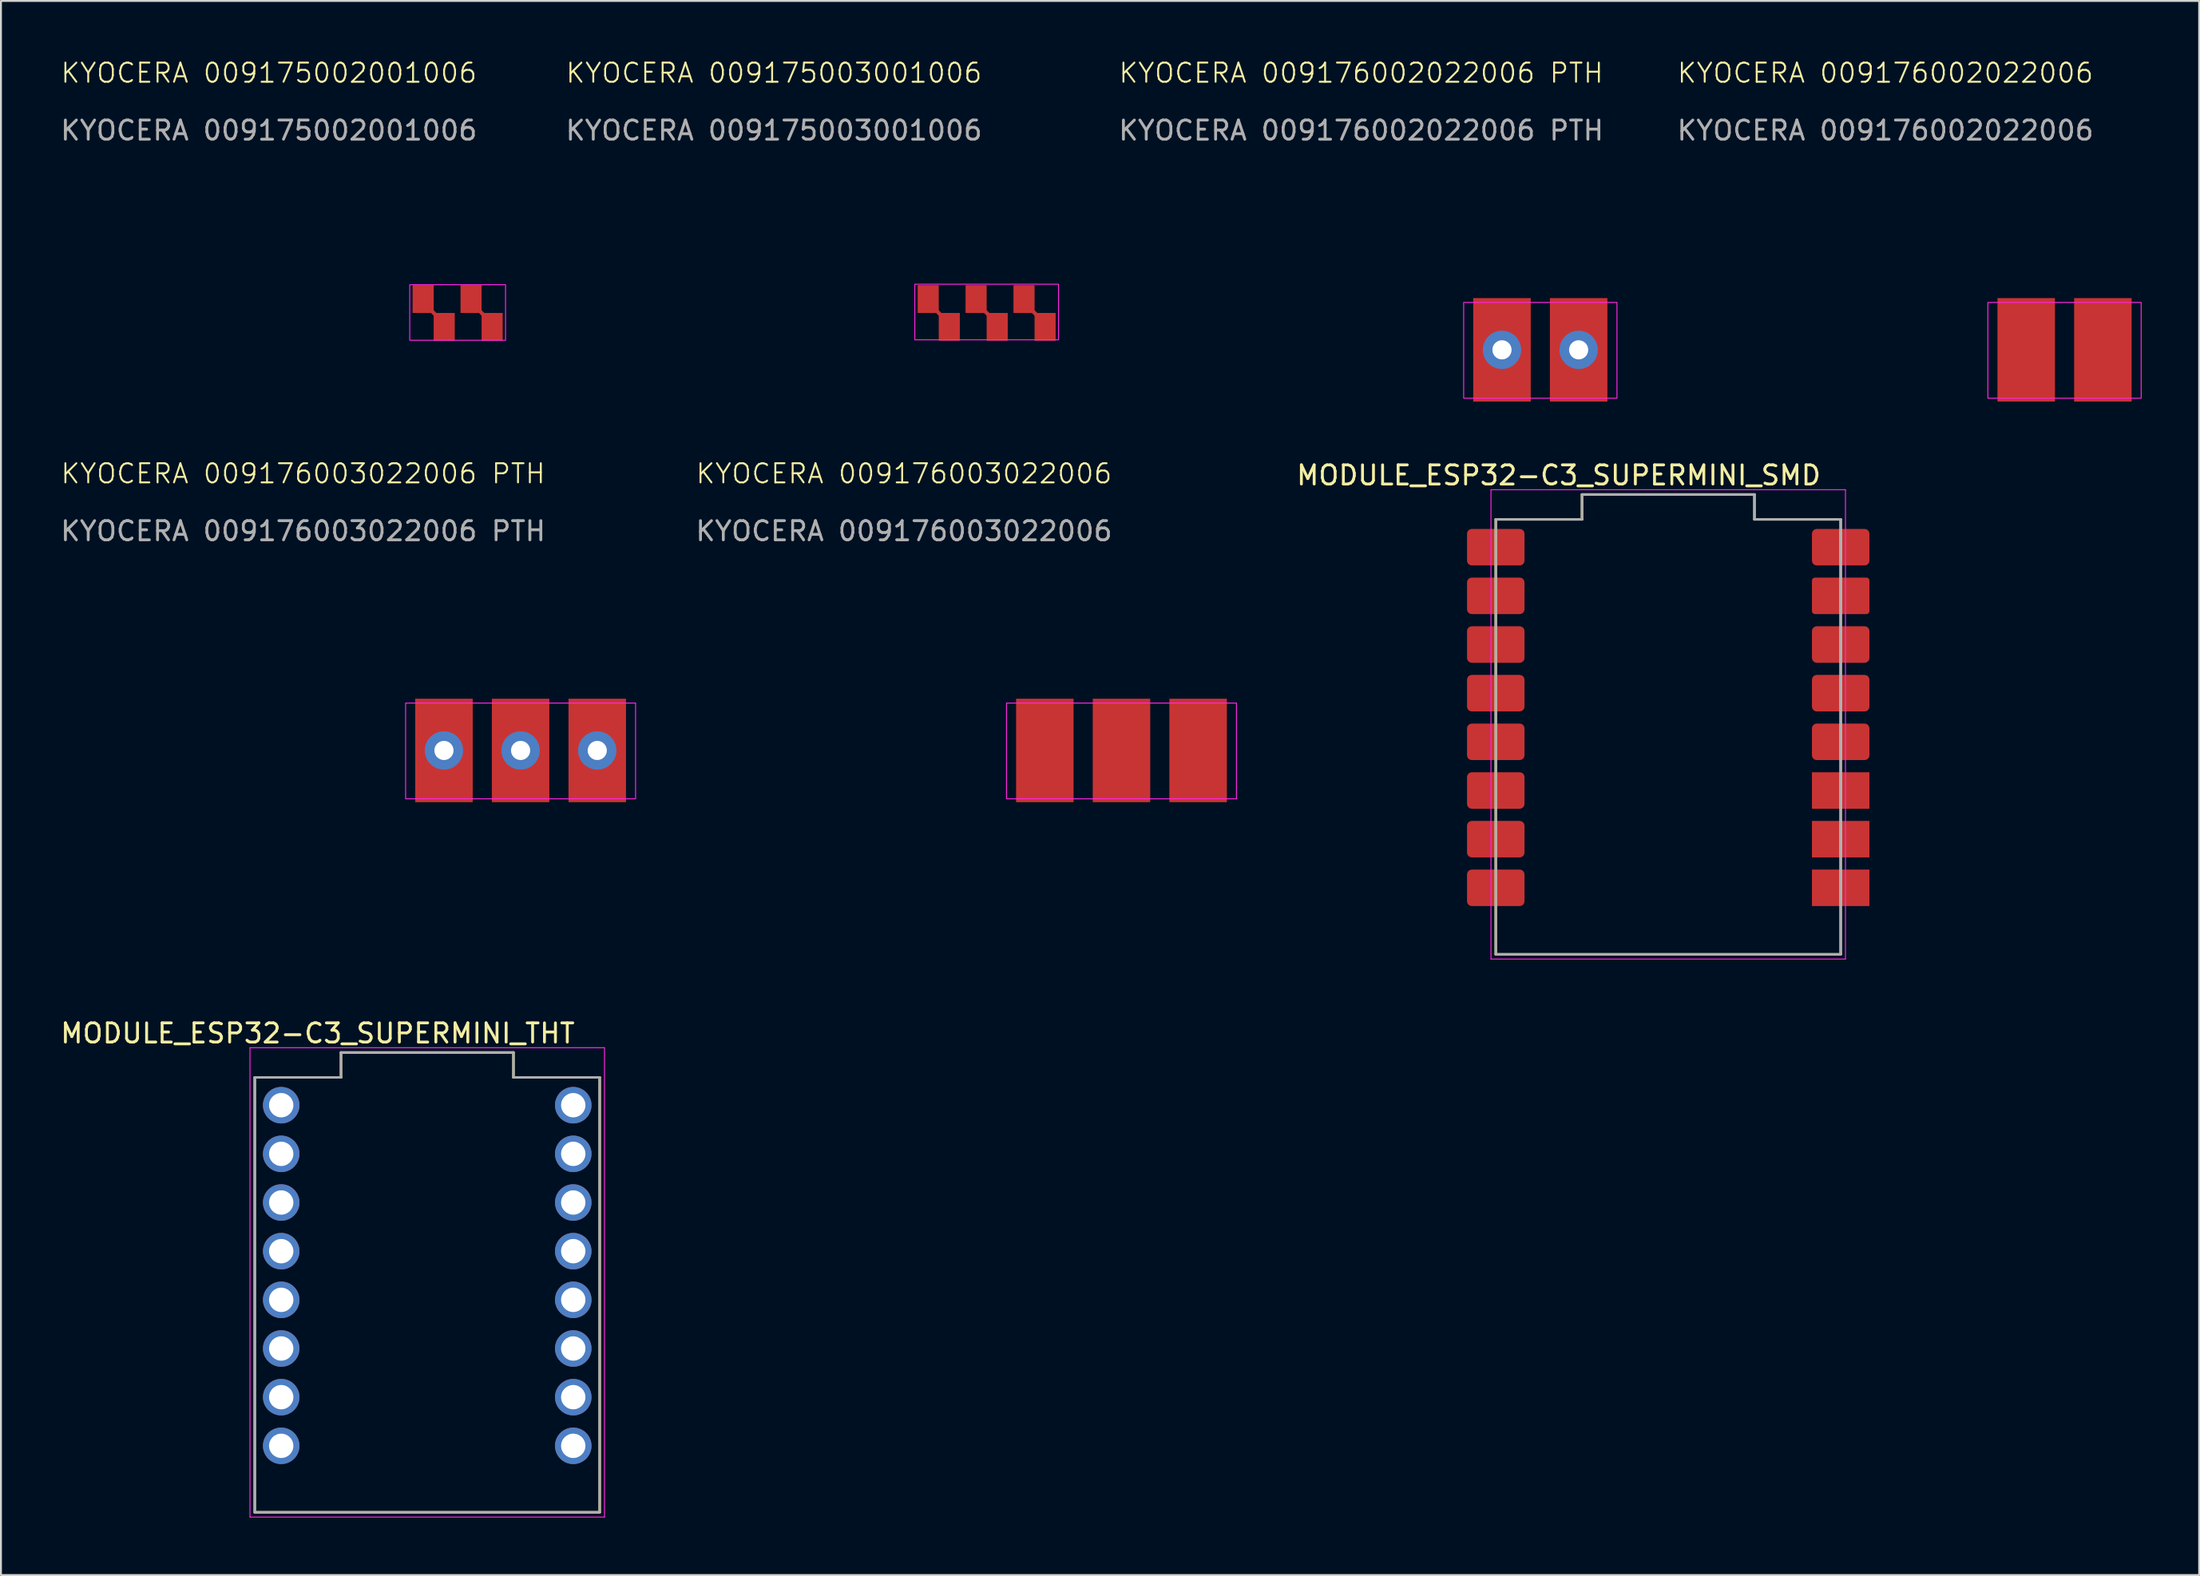
<source format=kicad_pcb>
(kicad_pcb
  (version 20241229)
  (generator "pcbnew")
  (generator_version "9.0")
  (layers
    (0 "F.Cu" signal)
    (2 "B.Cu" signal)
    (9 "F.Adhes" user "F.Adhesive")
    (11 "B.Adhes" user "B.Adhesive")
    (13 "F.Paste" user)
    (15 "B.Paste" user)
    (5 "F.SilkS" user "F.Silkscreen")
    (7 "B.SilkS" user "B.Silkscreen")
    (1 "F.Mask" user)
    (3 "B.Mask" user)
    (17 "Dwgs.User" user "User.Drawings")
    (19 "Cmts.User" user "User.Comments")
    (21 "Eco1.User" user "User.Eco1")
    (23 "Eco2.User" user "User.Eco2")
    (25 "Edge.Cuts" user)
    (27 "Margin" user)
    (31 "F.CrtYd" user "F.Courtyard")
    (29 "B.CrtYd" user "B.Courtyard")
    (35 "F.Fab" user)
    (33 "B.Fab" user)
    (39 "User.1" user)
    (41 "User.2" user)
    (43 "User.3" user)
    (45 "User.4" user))
  (footprint "KYOCERA 009176003022006"
    (layer "F.Cu")
    (at 51.475 36.121)
    (property "Reference" "KYOCERA 009176003022006" (at -7.35 -14.45 0) (unlocked yes) (layer "F.SilkS") (effects (font (size 1 1) (thickness 0.1))))
    (attr smd)
    (fp_rect (start -2 -2.475) (end 10 2.525) (stroke (width 0.05) (type solid)) (fill no) (layer "F.CrtYd"))
    (fp_text user "${REFERENCE}" (at -7.35 -11.45 0) (unlocked yes) (layer "F.Fab") (effects (font (size 1 1) (thickness 0.15))))
    (pad "1" smd rect (at 0 0) (size 3 5.4) (layers "F.Cu" "F.Mask" "F.Paste"))
    (pad "2" smd rect (at 4 0) (size 3 5.4) (layers "F.Cu" "F.Mask" "F.Paste"))
    (pad "3" smd custom (at 8 0) (size 3 5.4) (layers "F.Cu" "F.Mask" "F.Paste") (options (anchor rect)) (primitives)))
  (footprint "KYOCERA 009176002022006 PTH"
    (layer "F.Cu")
    (at 75.332 15.21)
    (property "Reference" "KYOCERA 009176002022006 PTH" (at -7.35 -14.45 0) (unlocked yes) (layer "F.SilkS") (effects (font (size 1 1) (thickness 0.1))))
    (attr smd)
    (fp_rect (start -2 -2.475) (end 6 2.525) (stroke (width 0.05) (type solid)) (fill no) (layer "F.CrtYd"))
    (fp_text user "${REFERENCE}" (at -7.35 -11.45 0) (unlocked yes) (layer "F.Fab") (effects (font (size 1 1) (thickness 0.15))))
    (pad "1" thru_hole circle (at 0 0) (size 2 2) (drill 1) (layers "*.Cu" "*.Mask"))
    (pad "1" smd rect (at 0 0) (size 3 5.4) (layers "F.Cu" "F.Mask" "F.Paste"))
    (pad "2" thru_hole circle (at 4 0) (size 2 2) (drill 1) (layers "*.Cu" "*.Mask"))
    (pad "2" smd rect (at 4 0) (size 3 5.4) (layers "F.Cu" "F.Mask" "F.Paste")))
  (footprint "MODULE_ESP32-C3_SUPERMINI_SMD"
    (layer "F.Cu")
    (at 84.007 35.411)
    (property "Reference" "MODULE_ESP32-C3_SUPERMINI_SMD" (at -5.715 -13.652 0) (layer "F.SilkS") (effects (font (size 1 1) (thickness 0.15))))
    (attr through_hole)
    (fp_line (start -9 11.35) (end -9 -11.35) (stroke (width 0.127) (type solid)) (layer "F.SilkS"))
    (fp_line (start -4.5 -12.65) (end -4.5 -11.35) (stroke (width 0.127) (type solid)) (layer "F.SilkS"))
    (fp_line (start -4.5 -11.35) (end -9 -11.35) (stroke (width 0.127) (type solid)) (layer "F.SilkS"))
    (fp_line (start 4.5 -12.65) (end -4.5 -12.65) (stroke (width 0.127) (type solid)) (layer "F.SilkS"))
    (fp_line (start 4.5 -12.65) (end 4.5 -11.35) (stroke (width 0.127) (type solid)) (layer "F.SilkS"))
    (fp_line (start 9 -11.35) (end 4.5 -11.35) (stroke (width 0.127) (type solid)) (layer "F.SilkS"))
    (fp_line (start 9 11.35) (end -9 11.35) (stroke (width 0.127) (type solid)) (layer "F.SilkS"))
    (fp_line (start 9 11.35) (end 9 -11.35) (stroke (width 0.127) (type solid)) (layer "F.SilkS"))
    (fp_line (start -9.25 -12.9) (end 9.25 -12.9) (stroke (width 0.05) (type solid)) (layer "F.CrtYd"))
    (fp_line (start -9.25 11.6) (end -9.25 -12.9) (stroke (width 0.05) (type solid)) (layer "F.CrtYd"))
    (fp_line (start 9.25 -12.9) (end 9.25 11.6) (stroke (width 0.05) (type solid)) (layer "F.CrtYd"))
    (fp_line (start 9.25 11.6) (end -9.25 11.6) (stroke (width 0.05) (type solid)) (layer "F.CrtYd"))
    (fp_line (start -9 11.35) (end -9 -11.35) (stroke (width 0.127) (type solid)) (layer "F.Fab"))
    (fp_line (start -4.5 -12.65) (end -4.5 -11.35) (stroke (width 0.127) (type solid)) (layer "F.Fab"))
    (fp_line (start -4.5 -11.35) (end -9 -11.35) (stroke (width 0.127) (type solid)) (layer "F.Fab"))
    (fp_line (start 4.5 -12.65) (end -4.5 -12.65) (stroke (width 0.127) (type solid)) (layer "F.Fab"))
    (fp_line (start 4.5 -12.65) (end 4.5 -11.35) (stroke (width 0.127) (type solid)) (layer "F.Fab"))
    (fp_line (start 9 -11.35) (end 4.5 -11.35) (stroke (width 0.127) (type solid)) (layer "F.Fab"))
    (fp_line (start 9 11.35) (end -9 11.35) (stroke (width 0.127) (type solid)) (layer "F.Fab"))
    (fp_line (start 9 11.35) (end 9 -11.35) (stroke (width 0.127) (type solid)) (layer "F.Fab"))
    (pad "0" smd rect (at 9 7.88) (size 3 1.905) (layers "F.Cu" "F.Mask" "F.Paste"))
    (pad "1" smd rect (at 9 5.34) (size 3 1.905) (layers "F.Cu" "F.Mask" "F.Paste"))
    (pad "2" smd rect (at 9 2.8) (size 3 1.905) (layers "F.Cu" "F.Mask" "F.Paste"))
    (pad "3" smd roundrect (at 9 0.26) (size 3 1.905) (layers "F.Cu" "F.Mask" "F.Paste") (roundrect_rratio 0.131))
    (pad "3.3" smd roundrect (at 9 -4.82) (size 3 1.905) (layers "F.Cu" "F.Mask" "F.Paste") (roundrect_rratio 0.131))
    (pad "4" smd roundrect (at 9 -2.28) (size 3 1.905) (layers "F.Cu" "F.Mask" "F.Paste") (roundrect_rratio 0.131))
    (pad "5" smd roundrect (at -9 -9.9) (size 3 1.905) (layers "F.Cu" "F.Mask" "F.Paste") (roundrect_rratio 0.131))
    (pad "5V" smd roundrect (at 9 -9.9) (size 3 1.905) (layers "F.Cu" "F.Mask" "F.Paste") (roundrect_rratio 0.131))
    (pad "6" smd roundrect (at -9 -7.36) (size 3 1.905) (layers "F.Cu" "F.Mask" "F.Paste") (roundrect_rratio 0.131))
    (pad "7" smd roundrect (at -9 -4.82) (size 3 1.905) (layers "F.Cu" "F.Mask" "F.Paste") (roundrect_rratio 0.131))
    (pad "8" smd roundrect (at -9 -2.28) (size 3 1.905) (layers "F.Cu" "F.Mask" "F.Paste") (roundrect_rratio 0.131))
    (pad "9" smd roundrect (at -9 0.26) (size 3 1.905) (layers "F.Cu" "F.Mask" "F.Paste") (roundrect_rratio 0.131))
    (pad "10" smd roundrect (at -9 2.8) (size 3 1.905) (layers "F.Cu" "F.Mask" "F.Paste") (roundrect_rratio 0.131))
    (pad "20" smd roundrect (at -9 5.34) (size 3 1.905) (layers "F.Cu" "F.Mask" "F.Paste") (roundrect_rratio 0.131))
    (pad "21" smd roundrect (at -9 7.88) (size 3 1.905) (layers "F.Cu" "F.Mask" "F.Paste") (roundrect_rratio 0.131))
    (pad "G" smd roundrect (at 9 -7.36) (size 3 1.905) (layers "F.Cu" "F.Mask" "F.Paste") (roundrect_rratio 0.083)))
  (footprint "KYOCERA 009176003022006 PTH"
    (layer "F.Cu")
    (at 20.118 36.121)
    (property "Reference" "KYOCERA 009176003022006 PTH" (at -7.35 -14.45 0) (unlocked yes) (layer "F.SilkS") (effects (font (size 1 1) (thickness 0.1))))
    (attr smd)
    (fp_rect (start -2 -2.475) (end 10 2.525) (stroke (width 0.05) (type solid)) (fill no) (layer "F.CrtYd"))
    (fp_text user "${REFERENCE}" (at -7.35 -11.45 0) (unlocked yes) (layer "F.Fab") (effects (font (size 1 1) (thickness 0.15))))
    (pad "1" thru_hole circle (at 0 0) (size 2 2) (drill 1) (layers "*.Cu" "*.Mask"))
    (pad "1" smd rect (at 0 0) (size 3 5.4) (layers "F.Cu" "F.Mask" "F.Paste"))
    (pad "2" thru_hole circle (at 4 0) (size 2 2) (drill 1) (layers "*.Cu" "*.Mask"))
    (pad "2" smd rect (at 4 0) (size 3 5.4) (layers "F.Cu" "F.Mask" "F.Paste"))
    (pad "3" thru_hole circle (at 8 0) (size 2 2) (drill 1) (layers "*.Cu" "*.Mask"))
    (pad "3" smd custom (at 8 0) (size 3 5.4) (layers "F.Cu" "F.Mask" "F.Paste") (options (anchor rect)) (primitives)))
  (footprint "MODULE_ESP32-C3_SUPERMINI_THT"
    (layer "F.Cu")
    (at 19.245 64.537)
    (property "Reference" "MODULE_ESP32-C3_SUPERMINI_THT" (at -5.715 -13.652 0) (layer "F.SilkS") (effects (font (size 1 1) (thickness 0.15))))
    (attr through_hole)
    (fp_line (start -9 11.35) (end -9 -11.35) (stroke (width 0.127) (type solid)) (layer "F.SilkS"))
    (fp_line (start -4.5 -12.65) (end -4.5 -11.35) (stroke (width 0.127) (type solid)) (layer "F.SilkS"))
    (fp_line (start -4.5 -11.35) (end -9 -11.35) (stroke (width 0.127) (type solid)) (layer "F.SilkS"))
    (fp_line (start 4.5 -12.65) (end -4.5 -12.65) (stroke (width 0.127) (type solid)) (layer "F.SilkS"))
    (fp_line (start 4.5 -12.65) (end 4.5 -11.35) (stroke (width 0.127) (type solid)) (layer "F.SilkS"))
    (fp_line (start 9 -11.35) (end 4.5 -11.35) (stroke (width 0.127) (type solid)) (layer "F.SilkS"))
    (fp_line (start 9 11.35) (end -9 11.35) (stroke (width 0.127) (type solid)) (layer "F.SilkS"))
    (fp_line (start 9 11.35) (end 9 -11.35) (stroke (width 0.127) (type solid)) (layer "F.SilkS"))
    (fp_line (start -9.25 -12.9) (end 9.25 -12.9) (stroke (width 0.05) (type solid)) (layer "F.CrtYd"))
    (fp_line (start -9.25 11.6) (end -9.25 -12.9) (stroke (width 0.05) (type solid)) (layer "F.CrtYd"))
    (fp_line (start 9.25 -12.9) (end 9.25 11.6) (stroke (width 0.05) (type solid)) (layer "F.CrtYd"))
    (fp_line (start 9.25 11.6) (end -9.25 11.6) (stroke (width 0.05) (type solid)) (layer "F.CrtYd"))
    (fp_line (start -9 11.35) (end -9 -11.35) (stroke (width 0.127) (type solid)) (layer "F.Fab"))
    (fp_line (start -4.5 -12.65) (end -4.5 -11.35) (stroke (width 0.127) (type solid)) (layer "F.Fab"))
    (fp_line (start -4.5 -11.35) (end -9 -11.35) (stroke (width 0.127) (type solid)) (layer "F.Fab"))
    (fp_line (start 4.5 -12.65) (end -4.5 -12.65) (stroke (width 0.127) (type solid)) (layer "F.Fab"))
    (fp_line (start 4.5 -12.65) (end 4.5 -11.35) (stroke (width 0.127) (type solid)) (layer "F.Fab"))
    (fp_line (start 9 -11.35) (end 4.5 -11.35) (stroke (width 0.127) (type solid)) (layer "F.Fab"))
    (fp_line (start 9 11.35) (end -9 11.35) (stroke (width 0.127) (type solid)) (layer "F.Fab"))
    (fp_line (start 9 11.35) (end 9 -11.35) (stroke (width 0.127) (type solid)) (layer "F.Fab"))
    (pad "0" thru_hole circle (at 7.62 7.88) (size 1.905 1.905) (drill 1.27) (layers "*.Cu" "*.Mask"))
    (pad "1" thru_hole circle (at 7.62 5.34) (size 1.905 1.905) (drill 1.27) (layers "*.Cu" "*.Mask"))
    (pad "2" thru_hole circle (at 7.62 2.8) (size 1.905 1.905) (drill 1.27) (layers "*.Cu" "*.Mask"))
    (pad "3" thru_hole circle (at 7.62 0.26) (size 1.905 1.905) (drill 1.27) (layers "*.Cu" "*.Mask"))
    (pad "3.3" thru_hole circle (at 7.62 -4.82) (size 1.905 1.905) (drill 1.27) (layers "*.Cu" "*.Mask"))
    (pad "4" thru_hole circle (at 7.62 -2.28) (size 1.905 1.905) (drill 1.27) (layers "*.Cu" "*.Mask"))
    (pad "5" thru_hole circle (at -7.62 -9.9) (size 1.905 1.905) (drill 1.27) (layers "*.Cu" "*.Mask"))
    (pad "5V" thru_hole circle (at 7.62 -9.9) (size 1.905 1.905) (drill 1.27) (layers "*.Cu" "*.Mask"))
    (pad "6" thru_hole circle (at -7.62 -7.36) (size 1.905 1.905) (drill 1.27) (layers "*.Cu" "*.Mask"))
    (pad "7" thru_hole circle (at -7.62 -4.82) (size 1.905 1.905) (drill 1.27) (layers "*.Cu" "*.Mask"))
    (pad "8" thru_hole circle (at -7.62 -2.28) (size 1.905 1.905) (drill 1.27) (layers "*.Cu" "*.Mask"))
    (pad "9" thru_hole circle (at -7.62 0.26) (size 1.905 1.905) (drill 1.27) (layers "*.Cu" "*.Mask"))
    (pad "10" thru_hole circle (at -7.62 2.8) (size 1.905 1.905) (drill 1.27) (layers "*.Cu" "*.Mask"))
    (pad "20" thru_hole circle (at -7.62 5.34) (size 1.905 1.905) (drill 1.27) (layers "*.Cu" "*.Mask"))
    (pad "21" thru_hole circle (at -7.62 7.88) (size 1.905 1.905) (drill 1.27) (layers "*.Cu" "*.Mask"))
    (pad "G" thru_hole circle (at 7.62 -7.36) (size 1.905 1.905) (drill 1.27) (layers "*.Cu" "*.Mask")))
  (footprint "KYOCERA 009175003001006"
    (layer "F.Cu")
    (at 44.689 15.21)
    (property "Reference" "KYOCERA 009175003001006" (at -7.35 -14.45 0) (unlocked yes) (layer "F.SilkS") (effects (font (size 1 1) (thickness 0.1))))
    (attr smd)
    (fp_line (start 1.15 -2.025) (end 1.35 -1.825) (stroke (width 0.2) (type default)) (layer "F.Cu"))
    (fp_line (start 3.65 -2.025) (end 3.95 -1.725) (stroke (width 0.2) (type default)) (layer "F.Cu"))
    (fp_line (start 6.1 -2.075) (end 6.4 -1.775) (stroke (width 0.2) (type default)) (layer "F.Cu"))
    (fp_rect (start 0 -3.425) (end 7.5 -0.525) (stroke (width 0.05) (type default)) (fill no) (layer "F.CrtYd"))
    (fp_text user "${REFERENCE}" (at -7.35 -11.45 0) (unlocked yes) (layer "F.Fab") (effects (font (size 1 1) (thickness 0.15))))
    (pad "1" smd custom (at 0.7 -2.65) (size 1.1 1.45) (layers "F.Cu" "F.Mask" "F.Paste") (options (anchor rect)) (primitives))
    (pad "1" smd custom (at 1.8 -1.2) (size 1.1 1.45) (layers "F.Cu" "F.Mask" "F.Paste") (options (anchor rect)) (primitives))
    (pad "2" smd custom (at 3.2 -2.65) (size 1.1 1.45) (layers "F.Cu" "F.Mask" "F.Paste") (options (anchor rect)) (primitives))
    (pad "2" smd custom (at 4.3 -1.2) (size 1.1 1.45) (layers "F.Cu" "F.Mask" "F.Paste") (options (anchor rect)) (primitives))
    (pad "3" smd custom (at 5.7 -2.65) (size 1.1 1.45) (layers "F.Cu" "F.Mask" "F.Paste") (options (anchor rect)) (primitives))
    (pad "3" smd custom (at 6.8 -1.2) (size 1.1 1.45) (layers "F.Cu" "F.Mask" "F.Paste") (options (anchor rect)) (primitives)))
  (footprint "KYOCERA 009175002001006"
    (layer "F.Cu")
    (at 18.332 15.21)
    (property "Reference" "KYOCERA 009175002001006" (at -7.35 -14.45 0) (unlocked yes) (layer "F.SilkS") (effects (font (size 1 1) (thickness 0.1))))
    (attr smd)
    (fp_line (start 1.15 -2.025) (end 1.35 -1.825) (stroke (width 0.2) (type default)) (layer "F.Cu"))
    (fp_line (start 3.65 -2.025) (end 3.95 -1.725) (stroke (width 0.2) (type default)) (layer "F.Cu"))
    (fp_rect (start 0 -3.4) (end 5 -0.5) (stroke (width 0.05) (type default)) (fill no) (layer "F.CrtYd"))
    (fp_text user "${REFERENCE}" (at -7.35 -11.45 0) (unlocked yes) (layer "F.Fab") (effects (font (size 1 1) (thickness 0.15))))
    (pad "1" smd custom (at 0.7 -2.65) (size 1.1 1.45) (layers "F.Cu" "F.Mask" "F.Paste") (options (anchor rect)) (primitives))
    (pad "1" smd custom (at 1.8 -1.2) (size 1.1 1.45) (layers "F.Cu" "F.Mask" "F.Paste") (options (anchor rect)) (primitives))
    (pad "2" smd custom (at 3.2 -2.65) (size 1.1 1.45) (layers "F.Cu" "F.Mask" "F.Paste") (options (anchor rect)) (primitives))
    (pad "2" smd custom (at 4.3 -1.2) (size 1.1 1.45) (layers "F.Cu" "F.Mask" "F.Paste") (options (anchor rect)) (primitives)))
  (footprint "KYOCERA 009176002022006"
    (layer "F.Cu")
    (at 102.689 15.21)
    (property "Reference" "KYOCERA 009176002022006" (at -7.35 -14.45 0) (unlocked yes) (layer "F.SilkS") (effects (font (size 1 1) (thickness 0.1))))
    (attr smd)
    (fp_rect (start -2 -2.475) (end 6 2.525) (stroke (width 0.05) (type solid)) (fill no) (layer "F.CrtYd"))
    (fp_text user "${REFERENCE}" (at -7.35 -11.45 0) (unlocked yes) (layer "F.Fab") (effects (font (size 1 1) (thickness 0.15))))
    (pad "1" smd rect (at 0 0) (size 3 5.4) (layers "F.Cu" "F.Mask" "F.Paste"))
    (pad "2" smd rect (at 4 0) (size 3 5.4) (layers "F.Cu" "F.Mask" "F.Paste")))
  (gr_rect
    (start -3 -3)
    (end 111.714 79.162)
    (stroke (width 0.1) (type default))
    (fill no)
    (layer "Edge.Cuts")))
</source>
